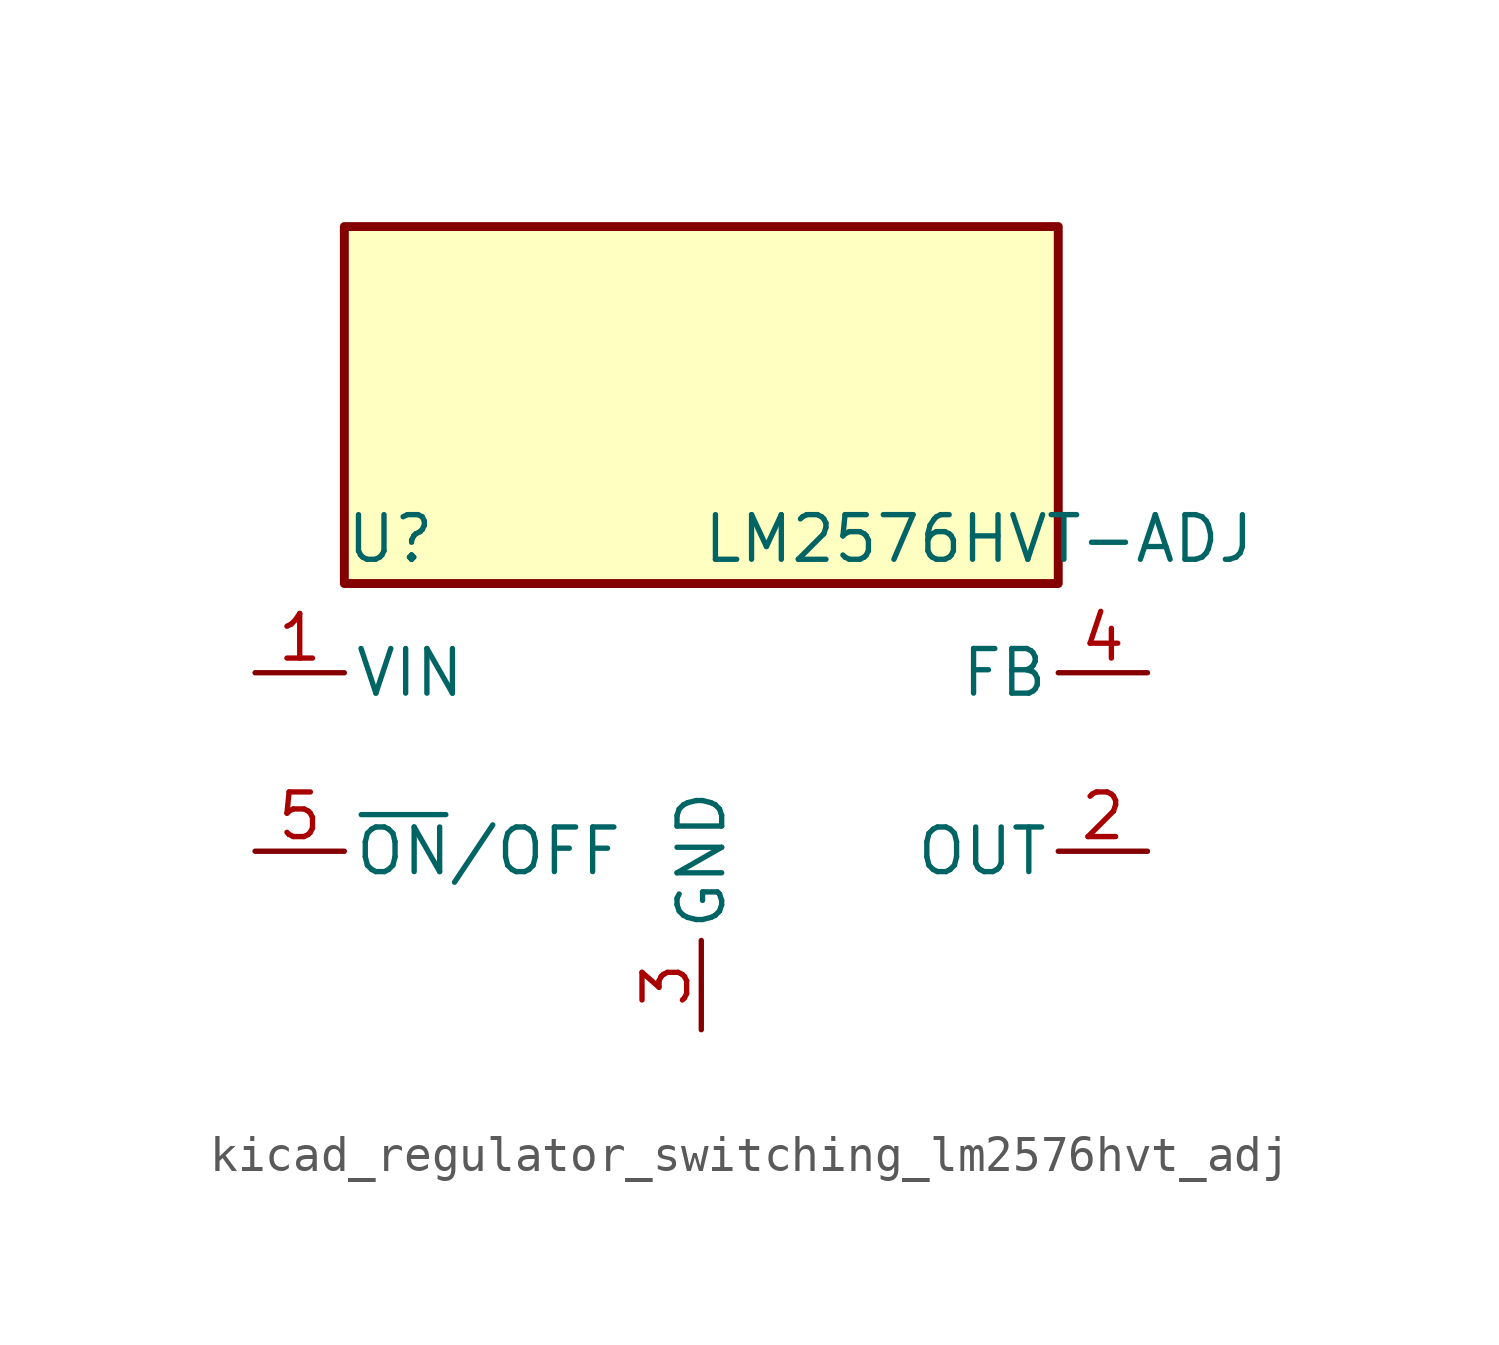
<source format=kicad_sym>
(kicad_symbol_lib
  (version 20220914)
  (generator kicad_symbol_editor)
  (symbol "kicad_regulator_switching_lm2576hvt_adj"
    (pin_names
      (offset 0.254))
    (property "Reference" "U"
      (at -10.16 6.35 0)
      (effects (font (size 1.27 1.27)) (justify left)))
    (property "Value" "LM2576HVT-ADJ"
      (at 0 6.35 0)
      (effects (font (size 1.27 1.27)) (justify left)))
    (symbol "kicad_regulator_switching_lm2576hvt_adj_0_1"
      (rectangle (start 10.16 15.24) (end -10.16 5.08) (stroke (width 0.254) (type default)) (fill (type background))))
    (symbol "kicad_regulator_switching_lm2576hvt_adj_1_1"
      (pin power_in line (at -12.7 2.54 0) (length 2.54) (name "VIN" (effects (font (size 1.27 1.27)))) (number "1" (effects (font (size 1.27 1.27)))))
      (pin output line (at 12.7 -2.54 180) (length 2.54) (name "OUT" (effects (font (size 1.27 1.27)))) (number "2" (effects (font (size 1.27 1.27)))))
      (pin power_in line (at 0 -7.62 90) (length 2.54) (name "GND" (effects (font (size 1.27 1.27)))) (number "3" (effects (font (size 1.27 1.27)))))
      (pin input line (at 12.7 2.54 180) (length 2.54) (name "FB" (effects (font (size 1.27 1.27)))) (number "4" (effects (font (size 1.27 1.27)))))
      (pin input line (at -12.7 -2.54 0) (length 2.54) (name "~{ON}/OFF" (effects (font (size 1.27 1.27)))) (number "5" (effects (font (size 1.27 1.27))))))))
</source>
